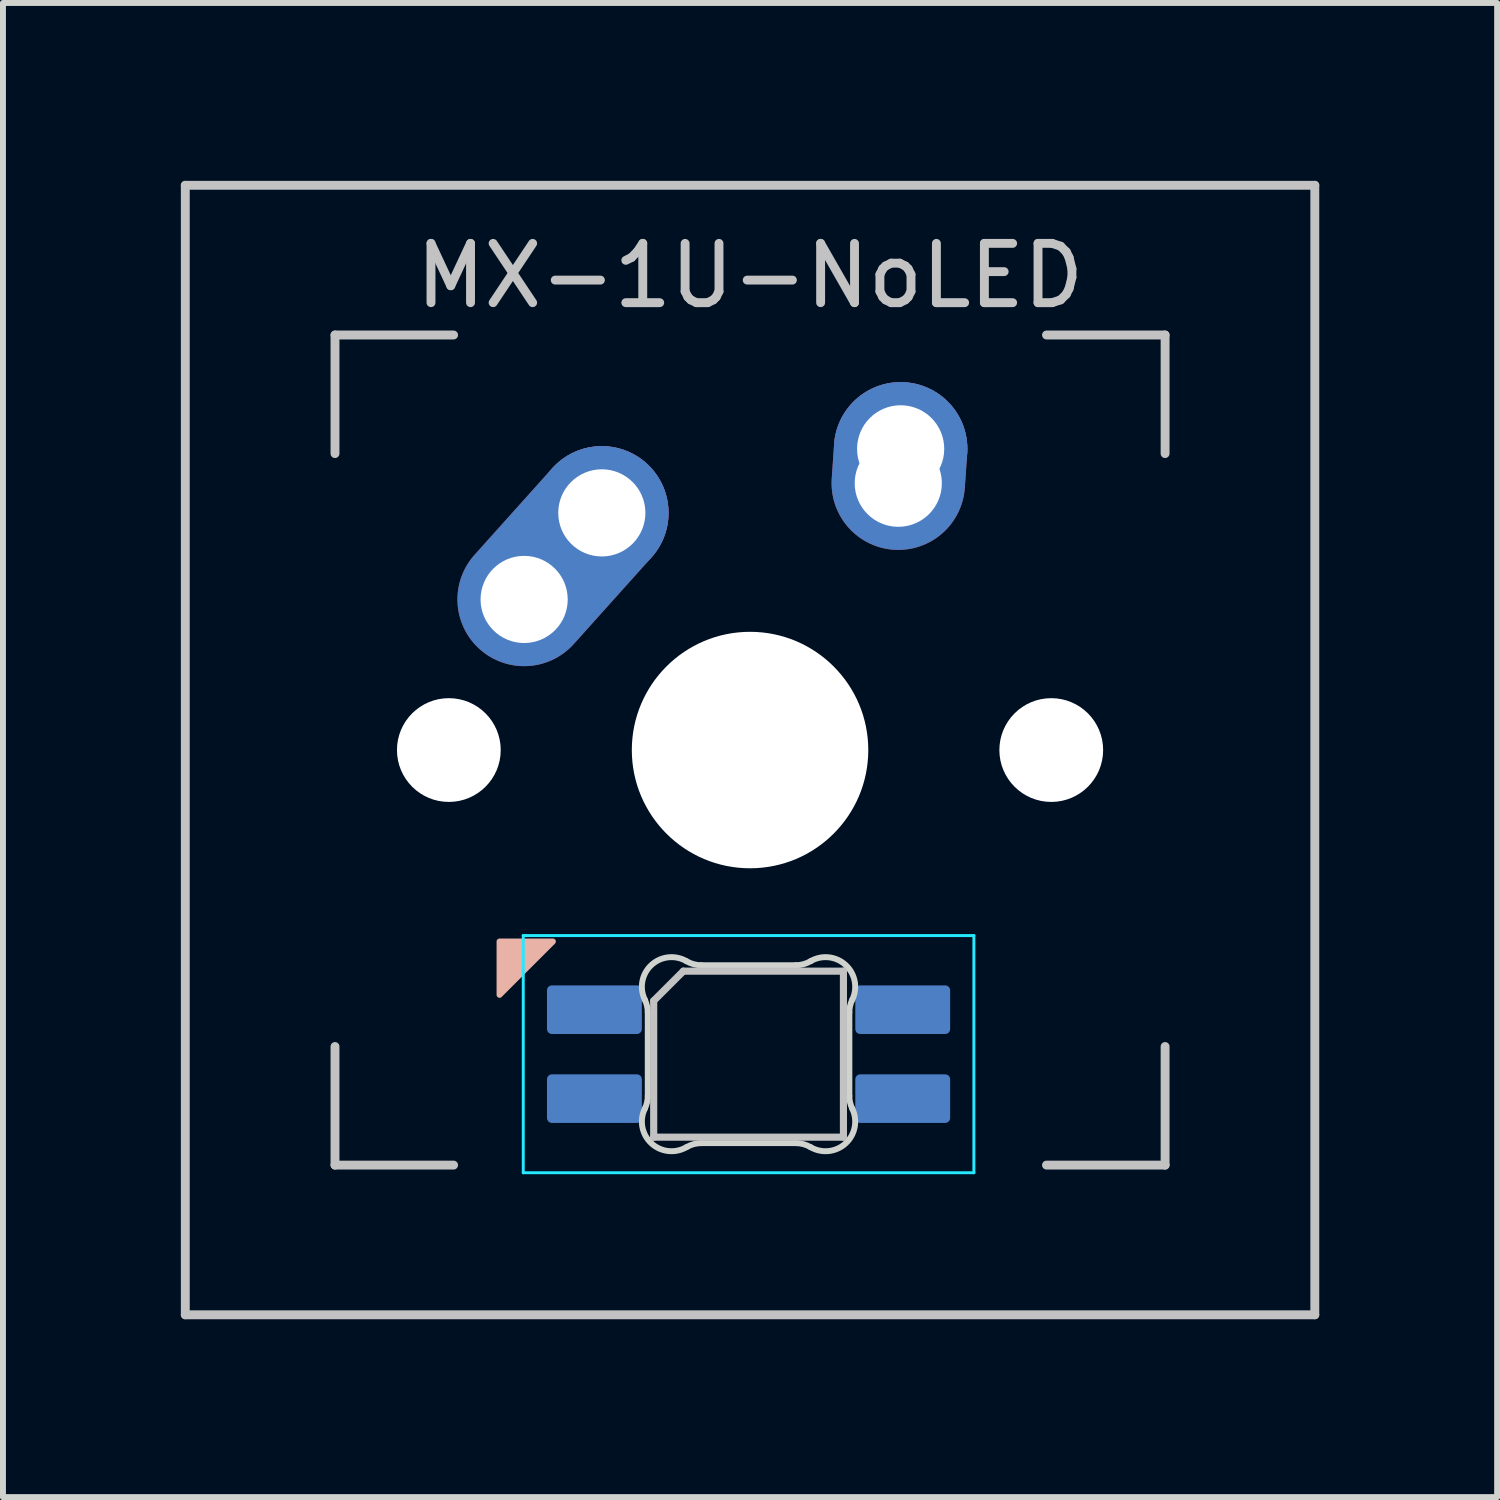
<source format=kicad_pcb>
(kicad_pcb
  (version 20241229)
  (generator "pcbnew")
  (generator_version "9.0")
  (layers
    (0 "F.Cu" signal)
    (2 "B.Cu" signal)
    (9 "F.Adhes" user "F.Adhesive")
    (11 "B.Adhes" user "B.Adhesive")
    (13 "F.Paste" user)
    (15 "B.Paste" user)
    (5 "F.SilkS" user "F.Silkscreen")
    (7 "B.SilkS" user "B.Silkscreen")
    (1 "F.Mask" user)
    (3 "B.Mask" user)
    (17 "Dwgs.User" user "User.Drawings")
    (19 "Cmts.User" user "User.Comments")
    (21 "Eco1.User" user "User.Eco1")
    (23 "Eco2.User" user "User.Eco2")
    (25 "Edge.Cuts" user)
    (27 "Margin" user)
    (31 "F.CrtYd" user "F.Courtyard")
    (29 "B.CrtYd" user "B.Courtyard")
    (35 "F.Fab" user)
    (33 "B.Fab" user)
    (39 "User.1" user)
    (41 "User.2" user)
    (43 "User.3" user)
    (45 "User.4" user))
  (footprint "MX-1U-NoLED"
    (layer "F.Cu")
    (at 9.6 9.6)
    (property "Reference" "MX-1U-NoLED" (at 0 -8 0) (layer "Dwgs.User") (effects (font (size 1 1) (thickness 0.15))))
    (attr through_hole)
    (fp_poly (pts (xy -4.225 4.129) (xy -3.325 3.229) (xy -4.225 3.229)) (stroke (width 0.1) (type solid)) (fill yes) (layer "B.SilkS"))
    (fp_line (start -9.525 -9.525) (end 9.525 -9.525) (stroke (width 0.15) (type solid)) (layer "Dwgs.User"))
    (fp_line (start -9.525 9.525) (end -9.525 -9.525) (stroke (width 0.15) (type solid)) (layer "Dwgs.User"))
    (fp_line (start -7 -7) (end -7 -5) (stroke (width 0.15) (type solid)) (layer "Dwgs.User"))
    (fp_line (start -7 5) (end -7 7) (stroke (width 0.15) (type solid)) (layer "Dwgs.User"))
    (fp_line (start -7 7) (end -5 7) (stroke (width 0.15) (type solid)) (layer "Dwgs.User"))
    (fp_line (start -5 -7) (end -7 -7) (stroke (width 0.15) (type solid)) (layer "Dwgs.User"))
    (fp_line (start -1.625 4.229) (end -1.625 6.529) (stroke (width 0.12) (type solid)) (layer "Dwgs.User"))
    (fp_line (start -1.625 4.229) (end -1.125 3.729) (stroke (width 0.12) (type solid)) (layer "Dwgs.User"))
    (fp_line (start -1.625 6.529) (end 1.575 6.529) (stroke (width 0.12) (type solid)) (layer "Dwgs.User"))
    (fp_line (start 1.575 3.729) (end -1.125 3.729) (stroke (width 0.12) (type solid)) (layer "Dwgs.User"))
    (fp_line (start 1.575 6.529) (end 1.575 3.729) (stroke (width 0.12) (type solid)) (layer "Dwgs.User"))
    (fp_line (start 5 -7) (end 7 -7) (stroke (width 0.15) (type solid)) (layer "Dwgs.User"))
    (fp_line (start 5 7) (end 7 7) (stroke (width 0.15) (type solid)) (layer "Dwgs.User"))
    (fp_line (start 7 -7) (end 7 -5) (stroke (width 0.15) (type solid)) (layer "Dwgs.User"))
    (fp_line (start 7 7) (end 7 5) (stroke (width 0.15) (type solid)) (layer "Dwgs.User"))
    (fp_line (start 9.525 -9.525) (end 9.525 9.525) (stroke (width 0.15) (type solid)) (layer "Dwgs.User"))
    (fp_line (start 9.525 9.525) (end -9.525 9.525) (stroke (width 0.15) (type solid)) (layer "Dwgs.User"))
    (fp_line (start -1.725 5.832) (end -1.725 4.427) (stroke (width 0.1) (type solid)) (layer "Edge.Cuts"))
    (fp_line (start -0.82 3.629) (end 0.769 3.629) (stroke (width 0.1) (type solid)) (layer "Edge.Cuts"))
    (fp_line (start 0.769 6.629) (end -0.82 6.629) (stroke (width 0.1) (type solid)) (layer "Edge.Cuts"))
    (fp_line (start 1.675 4.427) (end 1.675 5.832) (stroke (width 0.1) (type solid)) (layer "Edge.Cuts"))
    (fp_arc (start -1.774884 4.20968) (mid -1.737927 4.315332) (end -1.725399 4.426558) (stroke (width 0.1) (type solid)) (layer "Edge.Cuts"))
    (fp_arc (start -1.774884 4.209681) (mid -1.663472 3.625365) (end -1.072111 3.561101) (stroke (width 0.1) (type solid)) (layer "Edge.Cuts"))
    (fp_arc (start -1.725399 5.832243) (mid -1.737927 5.943468) (end -1.774884 6.04912) (stroke (width 0.1) (type solid)) (layer "Edge.Cuts"))
    (fp_arc (start -1.072111 6.697698) (mid -1.663471 6.633434) (end -1.774884 6.04912) (stroke (width 0.1) (type solid)) (layer "Edge.Cuts"))
    (fp_arc (start -1.072111 6.697698) (mid -0.950523 6.646776) (end -0.819853 6.629399) (stroke (width 0.1) (type solid)) (layer "Edge.Cuts"))
    (fp_arc (start -0.819852 3.6294) (mid -0.950523 3.612023) (end -1.072111 3.561101) (stroke (width 0.1) (type solid)) (layer "Edge.Cuts"))
    (fp_arc (start 0.769053 6.6294) (mid 0.899723 6.646777) (end 1.021311 6.697699) (stroke (width 0.1) (type solid)) (layer "Edge.Cuts"))
    (fp_arc (start 1.02131 3.561101) (mid 0.899722 3.612023) (end 0.769052 3.6294) (stroke (width 0.1) (type solid)) (layer "Edge.Cuts"))
    (fp_arc (start 1.021311 3.561103) (mid 1.61267 3.625366) (end 1.724084 4.20968) (stroke (width 0.1) (type solid)) (layer "Edge.Cuts"))
    (fp_arc (start 1.674599 4.426557) (mid 1.687127 4.315332) (end 1.724084 4.20968) (stroke (width 0.1) (type solid)) (layer "Edge.Cuts"))
    (fp_arc (start 1.724084 6.04912) (mid 1.612671 6.633435) (end 1.021311 6.697699) (stroke (width 0.1) (type solid)) (layer "Edge.Cuts"))
    (fp_arc (start 1.724084 6.04912) (mid 1.687127 5.943468) (end 1.674599 5.832242) (stroke (width 0.1) (type solid)) (layer "Edge.Cuts"))
    (fp_line (start -3.825 3.129) (end -3.825 7.129) (stroke (width 0.05) (type solid)) (layer "B.CrtYd"))
    (fp_line (start -3.825 7.129) (end 3.775 7.129) (stroke (width 0.05) (type solid)) (layer "B.CrtYd"))
    (fp_line (start 3.775 3.129) (end -3.825 3.129) (stroke (width 0.05) (type solid)) (layer "B.CrtYd"))
    (fp_line (start 3.775 7.129) (end 3.775 3.129) (stroke (width 0.05) (type solid)) (layer "B.CrtYd"))
    (pad "" np_thru_hole circle (at -5.08 0 48.1) (size 1.75 1.75) (drill 1.75) (layers "*.Cu" "*.Mask"))
    (pad "" np_thru_hole circle (at 0 0) (size 3.988 3.988) (drill 3.988) (layers "*.Cu" "*.Mask"))
    (pad "" np_thru_hole circle (at 5.08 0 48.1) (size 1.75 1.75) (drill 1.75) (layers "*.Cu" "*.Mask"))
    (pad "1" thru_hole oval (at -3.81 -2.54 48.1) (size 4.212 2.25) (drill 1.47 (offset 0.981 0)) (layers "*.Cu" "B.Mask"))
    (pad "1" thru_hole circle (at -2.5 -4) (size 2.25 2.25) (drill 1.47) (layers "*.Cu" "B.Mask"))
    (pad "1" smd roundrect (at 2.575 5.879 90) (size 0.82 1.6) (layers "B.Cu" "B.Mask" "B.Paste") (roundrect_rratio 0.1))
    (pad "2" thru_hole oval (at 2.5 -4.5 86.055) (size 2.831 2.25) (drill 1.47 (offset 0.291 0)) (layers "*.Cu" "B.Mask"))
    (pad "2" thru_hole circle (at 2.54 -5.08) (size 2.25 2.25) (drill 1.47) (layers "*.Cu" "B.Mask"))
    (pad "2" smd roundrect (at 2.575 4.379 90) (size 0.82 1.6) (layers "B.Cu" "B.Mask" "B.Paste") (roundrect_rratio 0.1))
    (pad "3" smd roundrect (at -2.625 4.379 90) (size 0.82 1.6) (layers "B.Cu" "B.Mask" "B.Paste") (roundrect_rratio 0.1))
    (pad "4" smd roundrect (at -2.625 5.879 90) (size 0.82 1.6) (layers "B.Cu" "B.Mask" "B.Paste") (roundrect_rratio 0.1)))
  (gr_rect
    (start -3 -3)
    (end 22.2 22.2)
    (stroke (width 0.1) (type default))
    (fill no)
    (layer "Edge.Cuts")))
</source>
